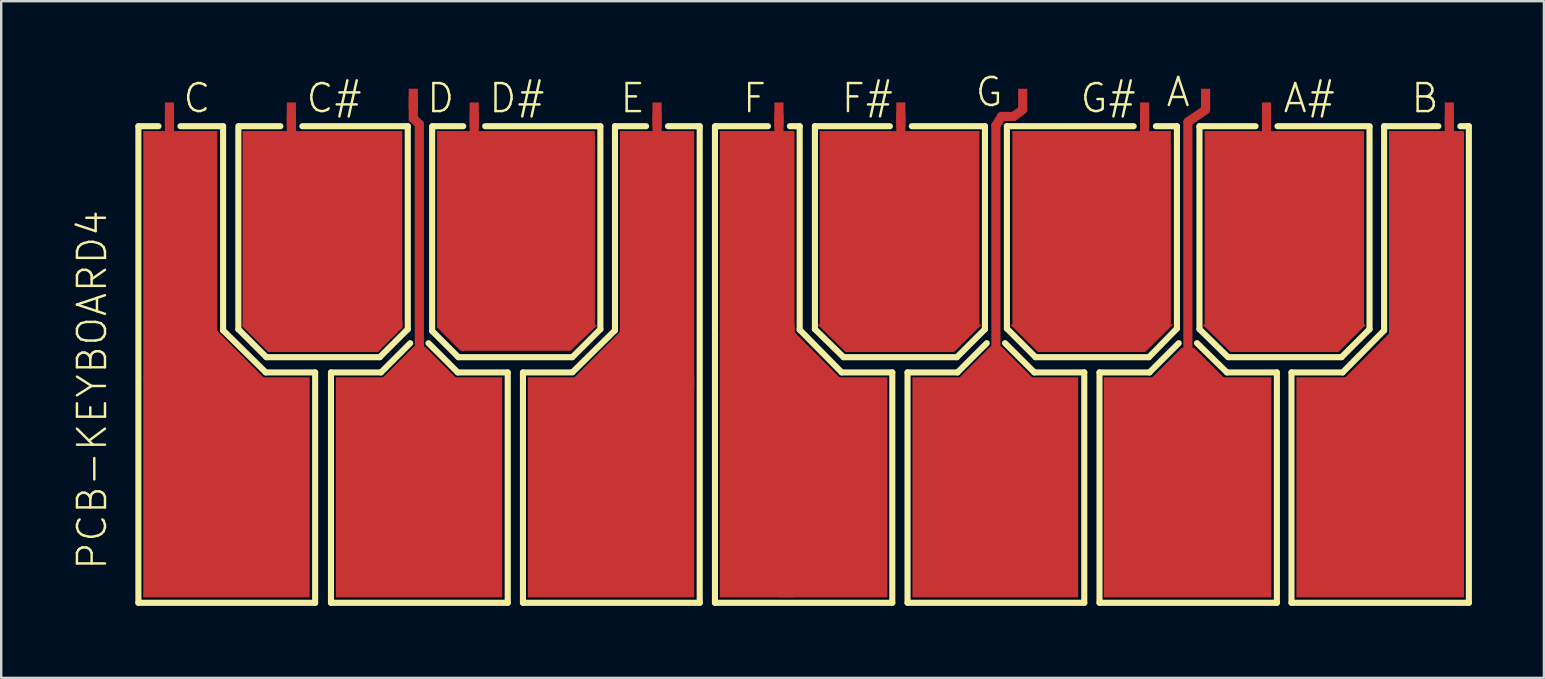
<source format=kicad_pcb>
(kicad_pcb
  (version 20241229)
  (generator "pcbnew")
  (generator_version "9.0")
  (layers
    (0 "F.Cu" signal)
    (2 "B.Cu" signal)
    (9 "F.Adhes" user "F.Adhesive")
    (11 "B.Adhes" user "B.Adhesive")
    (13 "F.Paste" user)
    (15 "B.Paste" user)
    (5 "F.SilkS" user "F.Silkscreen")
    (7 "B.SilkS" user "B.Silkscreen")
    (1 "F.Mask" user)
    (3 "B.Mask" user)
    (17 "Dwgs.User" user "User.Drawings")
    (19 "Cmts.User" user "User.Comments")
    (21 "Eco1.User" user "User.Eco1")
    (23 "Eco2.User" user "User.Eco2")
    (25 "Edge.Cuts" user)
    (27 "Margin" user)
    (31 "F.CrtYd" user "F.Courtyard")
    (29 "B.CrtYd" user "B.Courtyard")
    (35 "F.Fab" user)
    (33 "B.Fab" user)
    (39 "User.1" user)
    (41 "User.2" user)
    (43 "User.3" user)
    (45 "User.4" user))
  (footprint "PCB-KEYBOARD4"
    (layer "F.Cu")
    (at 34.493 11.887)
    (property "Reference" "PCB-KEYBOARD4" (at -33.02 8.89 90) (unlocked yes) (layer "F.SilkS") (effects (font (size 1.168 1.168) (thickness 0.102)) (justify left bottom)))
    (fp_line (start -30.48 -10.16) (end -30.48 -8.89) (stroke (width 0.381) (type solid)) (layer "F.Cu"))
    (fp_line (start -25.4 -10.16) (end -25.4 -8.89) (stroke (width 0.381) (type solid)) (layer "F.Cu"))
    (fp_line (start -20.32 -10.008) (end -20.32 -10.871) (stroke (width 0.381) (type solid)) (layer "F.Cu"))
    (fp_line (start -20.066 -9.754) (end -20.32 -10.008) (stroke (width 0.381) (type solid)) (layer "F.Cu"))
    (fp_line (start -20.066 -0.533) (end -20.066 -9.754) (stroke (width 0.381) (type solid)) (layer "F.Cu"))
    (fp_line (start -17.78 -10.16) (end -17.78 -8.89) (stroke (width 0.381) (type solid)) (layer "F.Cu"))
    (fp_line (start -10.16 -10.16) (end -10.16 -8.89) (stroke (width 0.381) (type solid)) (layer "F.Cu"))
    (fp_line (start -5.08 -10.16) (end -5.08 -8.89) (stroke (width 0.381) (type solid)) (layer "F.Cu"))
    (fp_line (start 0 -10.16) (end 0 -8.89) (stroke (width 0.381) (type solid)) (layer "F.Cu"))
    (fp_line (start 3.962 -9.703) (end 4.191 -10.084) (stroke (width 0.381) (type solid)) (layer "F.Cu"))
    (fp_line (start 3.962 -0.508) (end 3.962 -9.703) (stroke (width 0.381) (type solid)) (layer "F.Cu"))
    (fp_line (start 4.191 -10.084) (end 4.699 -10.084) (stroke (width 0.381) (type solid)) (layer "F.Cu"))
    (fp_line (start 4.699 -10.084) (end 5.08 -10.363) (stroke (width 0.381) (type solid)) (layer "F.Cu"))
    (fp_line (start 10.16 -10.16) (end 10.16 -8.89) (stroke (width 0.381) (type solid)) (layer "F.Cu"))
    (fp_line (start 11.963 -9.855) (end 12.7 -10.363) (stroke (width 0.381) (type solid)) (layer "F.Cu"))
    (fp_line (start 11.963 -0.483) (end 11.963 -9.855) (stroke (width 0.381) (type solid)) (layer "F.Cu"))
    (fp_line (start 15.24 -10.16) (end 15.24 -8.89) (stroke (width 0.381) (type solid)) (layer "F.Cu"))
    (fp_line (start 22.86 -10.16) (end 22.86 -8.89) (stroke (width 0.381) (type solid)) (layer "F.Cu"))
    (fp_poly (pts (xy -26.39 0.953) (xy -28.639 0.953) (xy -28.639 -1.296)) (stroke (width 0) (type default)) (fill yes) (layer "F.Cu"))
    (fp_poly (pts (xy -11.595 1.029) (xy -13.844 1.029) (xy -11.595 -1.22)) (stroke (width 0) (type default)) (fill yes) (layer "F.Cu"))
    (fp_poly (pts (xy 20.485 0.927) (xy 18.389 0.927) (xy 20.485 -1.169)) (stroke (width 0) (type default)) (fill yes) (layer "F.Cu"))
    (fp_poly (pts (xy -31.572 0.864) (xy -28.486 0.864) (xy -28.486 -9.474) (xy -31.572 -9.474)) (stroke (width 0) (type default)) (fill yes) (layer "F.Cu"))
    (fp_poly (pts (xy -31.572 9.957) (xy -24.638 9.957) (xy -24.638 0.787) (xy -31.572 0.787)) (stroke (width 0) (type default)) (fill yes) (layer "F.Cu"))
    (fp_poly (pts (xy -27.432 -1.321) (xy -20.777 -1.321) (xy -20.777 -9.474) (xy -27.432 -9.474)) (stroke (width 0) (type default)) (fill yes) (layer "F.Cu"))
    (fp_poly (pts (xy -23.546 9.957) (xy -16.612 9.957) (xy -16.612 0.787) (xy -23.546 0.787)) (stroke (width 0) (type default)) (fill yes) (layer "F.Cu"))
    (fp_poly (pts (xy -19.327 -1.295) (xy -12.751 -1.295) (xy -12.751 -9.474) (xy -19.327 -9.474)) (stroke (width 0) (type default)) (fill yes) (layer "F.Cu"))
    (fp_poly (pts (xy -18.428 0.978) (xy -22.162 0.978) (xy -22.162 0.851) (xy -18.428 0.851)) (stroke (width 0) (type default)) (fill yes) (layer "F.Cu"))
    (fp_poly (pts (xy -18.363 0.978) (xy -21.769 0.978) (xy -20.296 -0.495) (xy -19.836 -0.495)) (stroke (width 0) (type default)) (fill yes) (layer "F.Cu"))
    (fp_poly (pts (xy -15.545 9.957) (xy -8.611 9.957) (xy -8.611 0.787) (xy -15.545 0.787)) (stroke (width 0) (type default)) (fill yes) (layer "F.Cu"))
    (fp_poly (pts (xy -11.709 1.295) (xy -8.611 1.295) (xy -8.611 -9.474) (xy -11.709 -9.474)) (stroke (width 0) (type default)) (fill yes) (layer "F.Cu"))
    (fp_poly (pts (xy -11.595 0.953) (xy -11.722 0.953) (xy -11.722 -1.156) (xy -11.595 -1.156)) (stroke (width 0) (type default)) (fill yes) (layer "F.Cu"))
    (fp_poly (pts (xy -7.544 -0.94) (xy -4.432 -0.94) (xy -4.432 -9.474) (xy -7.544 -9.474)) (stroke (width 0) (type default)) (fill yes) (layer "F.Cu"))
    (fp_poly (pts (xy -7.544 9.957) (xy -4.445 9.957) (xy -4.445 -1.016) (xy -7.544 -1.016)) (stroke (width 0) (type default)) (fill yes) (layer "F.Cu"))
    (fp_poly (pts (xy -5.105 9.957) (xy -0.559 9.957) (xy -0.559 0.787) (xy -5.105 0.787)) (stroke (width 0) (type default)) (fill yes) (layer "F.Cu"))
    (fp_poly (pts (xy -4.432 1.029) (xy -4.559 1.029) (xy -4.559 -1.435) (xy -4.432 -1.435)) (stroke (width 0) (type default)) (fill yes) (layer "F.Cu"))
    (fp_poly (pts (xy -3.378 -1.321) (xy 3.277 -1.321) (xy 3.277 -9.474) (xy -3.378 -9.474)) (stroke (width 0) (type default)) (fill yes) (layer "F.Cu"))
    (fp_poly (pts (xy -2.412 0.927) (xy -4.522 0.927) (xy -4.585 0.865) (xy -4.585 -1.246)) (stroke (width 0) (type default)) (fill yes) (layer "F.Cu"))
    (fp_poly (pts (xy 0.483 9.957) (xy 7.391 9.957) (xy 7.391 0.787) (xy 0.483 0.787)) (stroke (width 0) (type default)) (fill yes) (layer "F.Cu"))
    (fp_poly (pts (xy 3.368 -1.41) (xy 2.223 -0.267) (xy -2.302 -0.267) (xy -3.471 -1.415)) (stroke (width 0) (type default)) (fill yes) (layer "F.Cu"))
    (fp_poly (pts (xy 4.648 -1.321) (xy 11.252 -1.321) (xy 11.252 -9.474) (xy 4.648 -9.474)) (stroke (width 0) (type default)) (fill yes) (layer "F.Cu"))
    (fp_poly (pts (xy 5.563 0.953) (xy 2.045 0.953) (xy 2.045 0.826) (xy 5.563 0.826)) (stroke (width 0) (type default)) (fill yes) (layer "F.Cu"))
    (fp_poly (pts (xy 5.665 0.978) (xy 2.26 0.978) (xy 3.758 -0.521) (xy 4.167 -0.521)) (stroke (width 0) (type default)) (fill yes) (layer "F.Cu"))
    (fp_poly (pts (xy 8.458 9.957) (xy 15.443 9.957) (xy 15.443 0.787) (xy 8.458 0.787)) (stroke (width 0) (type default)) (fill yes) (layer "F.Cu"))
    (fp_poly (pts (xy 10.186 -0.267) (xy 5.714 -0.267) (xy 4.557 -1.409) (xy 11.346 -1.42)) (stroke (width 0) (type default)) (fill yes) (layer "F.Cu"))
    (fp_poly (pts (xy 12.662 -1.321) (xy 19.304 -1.321) (xy 19.304 -9.474) (xy 12.662 -9.474)) (stroke (width 0) (type default)) (fill yes) (layer "F.Cu"))
    (fp_poly (pts (xy 13.59 0.927) (xy 10.337 0.927) (xy 11.708 -0.445) (xy 12.218 -0.445)) (stroke (width 0) (type default)) (fill yes) (layer "F.Cu"))
    (fp_poly (pts (xy 13.602 0.978) (xy 9.893 0.978) (xy 9.893 0.851) (xy 13.602 0.851)) (stroke (width 0) (type default)) (fill yes) (layer "F.Cu"))
    (fp_poly (pts (xy 16.485 9.957) (xy 23.47 9.957) (xy 23.47 0.787) (xy 16.485 0.787)) (stroke (width 0) (type default)) (fill yes) (layer "F.Cu"))
    (fp_poly (pts (xy 18.238 -0.267) (xy 13.741 -0.267) (xy 12.569 -1.41) (xy 19.395 -1.41)) (stroke (width 0) (type default)) (fill yes) (layer "F.Cu"))
    (fp_poly (pts (xy 20.345 1.778) (xy 23.47 1.778) (xy 23.47 -9.474) (xy 20.345 -9.474)) (stroke (width 0) (type default)) (fill yes) (layer "F.Cu"))
    (fp_poly (pts (xy 20.448 0.978) (xy 17.945 0.978) (xy 17.945 0.852) (xy 20.602 0.824)) (stroke (width 0) (type default)) (fill yes) (layer "F.Cu"))
    (fp_poly (pts (xy -12.652 -1.383) (xy -13.767 -0.318) (xy -18.352 -0.318) (xy -19.336 -1.301) (xy -19.303 -1.435)) (stroke (width 0) (type default)) (fill yes) (layer "F.Cu"))
    (fp_poly (pts (xy -20.765 -1.294) (xy -21.792 -0.267) (xy -26.366 -0.267) (xy -27.434 -1.322) (xy -27.414 -1.562) (xy -20.765 -1.562)) (stroke (width 0) (type default)) (fill yes) (layer "F.Cu"))
    (fp_line (start -30.48 -10.16) (end -30.48 -8.89) (stroke (width 0.432) (type solid)) (layer "F.Mask"))
    (fp_line (start -25.4 -10.16) (end -25.4 -8.89) (stroke (width 0.432) (type solid)) (layer "F.Mask"))
    (fp_line (start -20.32 -10.008) (end -20.32 -10.871) (stroke (width 0.432) (type solid)) (layer "F.Mask"))
    (fp_line (start -20.071 -9.754) (end -20.32 -10.008) (stroke (width 0.432) (type solid)) (layer "F.Mask"))
    (fp_line (start -20.071 -0.533) (end -20.071 -9.754) (stroke (width 0.406) (type solid)) (layer "F.Mask"))
    (fp_line (start -17.78 -10.16) (end -17.78 -8.89) (stroke (width 0.432) (type solid)) (layer "F.Mask"))
    (fp_line (start -10.16 -10.16) (end -10.16 -8.89) (stroke (width 0.432) (type solid)) (layer "F.Mask"))
    (fp_line (start -5.08 -10.16) (end -5.08 -8.89) (stroke (width 0.432) (type solid)) (layer "F.Mask"))
    (fp_line (start 0 -10.16) (end 0 -8.89) (stroke (width 0.432) (type solid)) (layer "F.Mask"))
    (fp_line (start 3.962 -9.703) (end 4.204 -10.084) (stroke (width 0.432) (type solid)) (layer "F.Mask"))
    (fp_line (start 3.962 -0.508) (end 3.962 -9.703) (stroke (width 0.432) (type solid)) (layer "F.Mask"))
    (fp_line (start 4.191 -10.084) (end 4.204 -10.084) (stroke (width 0.381) (type solid)) (layer "F.Mask"))
    (fp_line (start 4.204 -10.084) (end 4.699 -10.084) (stroke (width 0.432) (type solid)) (layer "F.Mask"))
    (fp_line (start 4.699 -10.084) (end 5.08 -10.363) (stroke (width 0.432) (type solid)) (layer "F.Mask"))
    (fp_line (start 10.16 -10.16) (end 10.16 -8.89) (stroke (width 0.432) (type solid)) (layer "F.Mask"))
    (fp_line (start 11.951 -9.83) (end 12.675 -10.338) (stroke (width 0.432) (type solid)) (layer "F.Mask"))
    (fp_line (start 11.951 -0.483) (end 11.951 -9.83) (stroke (width 0.432) (type solid)) (layer "F.Mask"))
    (fp_line (start 15.24 -10.16) (end 15.24 -8.89) (stroke (width 0.432) (type solid)) (layer "F.Mask"))
    (fp_line (start 22.86 -10.16) (end 22.86 -8.89) (stroke (width 0.432) (type solid)) (layer "F.Mask"))
    (fp_poly (pts (xy -26.415 0.902) (xy -28.639 0.902) (xy -28.639 -1.322)) (stroke (width 0) (type default)) (fill yes) (layer "F.Mask"))
    (fp_poly (pts (xy -11.57 0.927) (xy -13.768 0.927) (xy -11.57 -1.271)) (stroke (width 0) (type default)) (fill yes) (layer "F.Mask"))
    (fp_poly (pts (xy -2.387 0.927) (xy -4.559 0.927) (xy -4.559 -1.246)) (stroke (width 0) (type default)) (fill yes) (layer "F.Mask"))
    (fp_poly (pts (xy 20.46 0.927) (xy 18.363 0.927) (xy 20.46 -1.169)) (stroke (width 0) (type default)) (fill yes) (layer "F.Mask"))
    (fp_poly (pts (xy -31.598 0.864) (xy -28.461 0.864) (xy -28.461 -9.5) (xy -31.598 -9.5)) (stroke (width 0) (type default)) (fill yes) (layer "F.Mask"))
    (fp_poly (pts (xy -31.598 9.982) (xy -24.613 9.982) (xy -24.613 0.762) (xy -31.598 0.762)) (stroke (width 0) (type default)) (fill yes) (layer "F.Mask"))
    (fp_poly (pts (xy -27.457 -1.321) (xy -20.752 -1.321) (xy -20.752 -9.5) (xy -27.457 -9.5)) (stroke (width 0) (type default)) (fill yes) (layer "F.Mask"))
    (fp_poly (pts (xy -23.571 9.982) (xy -16.586 9.982) (xy -16.586 0.762) (xy -23.571 0.762)) (stroke (width 0) (type default)) (fill yes) (layer "F.Mask"))
    (fp_poly (pts (xy -19.355 -1.295) (xy -12.725 -1.295) (xy -12.725 -9.5) (xy -19.355 -9.5)) (stroke (width 0) (type default)) (fill yes) (layer "F.Mask"))
    (fp_poly (pts (xy -15.57 9.982) (xy -8.585 9.982) (xy -8.585 0.762) (xy -15.57 0.762)) (stroke (width 0) (type default)) (fill yes) (layer "F.Mask"))
    (fp_poly (pts (xy -11.735 0.864) (xy -8.585 0.864) (xy -8.585 -9.5) (xy -11.735 -9.5)) (stroke (width 0) (type default)) (fill yes) (layer "F.Mask"))
    (fp_poly (pts (xy -7.569 0.864) (xy -4.42 0.864) (xy -4.42 -9.5) (xy -7.569 -9.5)) (stroke (width 0) (type default)) (fill yes) (layer "F.Mask"))
    (fp_poly (pts (xy -7.569 9.982) (xy -0.533 9.982) (xy -0.533 0.762) (xy -7.569 0.762)) (stroke (width 0) (type default)) (fill yes) (layer "F.Mask"))
    (fp_poly (pts (xy -3.404 -1.321) (xy 3.302 -1.321) (xy 3.302 -9.5) (xy -3.404 -9.5)) (stroke (width 0) (type default)) (fill yes) (layer "F.Mask"))
    (fp_poly (pts (xy 0.457 9.982) (xy 7.417 9.982) (xy 7.417 0.762) (xy 0.457 0.762)) (stroke (width 0) (type default)) (fill yes) (layer "F.Mask"))
    (fp_poly (pts (xy 4.623 -1.321) (xy 11.278 -1.321) (xy 11.278 -9.5) (xy 4.623 -9.5)) (stroke (width 0) (type default)) (fill yes) (layer "F.Mask"))
    (fp_poly (pts (xy 5.64 0.927) (xy 2.285 0.927) (xy 3.707 -0.495) (xy 4.217 -0.495)) (stroke (width 0) (type default)) (fill yes) (layer "F.Mask"))
    (fp_poly (pts (xy 8.433 9.982) (xy 15.469 9.982) (xy 15.469 0.762) (xy 8.433 0.762)) (stroke (width 0) (type default)) (fill yes) (layer "F.Mask"))
    (fp_poly (pts (xy 10.186 -0.241) (xy 5.714 -0.241) (xy 4.52 -1.435) (xy 11.38 -1.435)) (stroke (width 0) (type default)) (fill yes) (layer "F.Mask"))
    (fp_poly (pts (xy 12.636 -1.321) (xy 19.329 -1.321) (xy 19.329 -9.5) (xy 12.636 -9.5)) (stroke (width 0) (type default)) (fill yes) (layer "F.Mask"))
    (fp_poly (pts (xy 13.615 0.927) (xy 10.311 0.927) (xy 11.708 -0.47) (xy 12.218 -0.47)) (stroke (width 0) (type default)) (fill yes) (layer "F.Mask"))
    (fp_poly (pts (xy 16.459 9.982) (xy 23.495 9.982) (xy 23.495 0.762) (xy 16.459 0.762)) (stroke (width 0) (type default)) (fill yes) (layer "F.Mask"))
    (fp_poly (pts (xy 18.238 -0.241) (xy 13.741 -0.241) (xy 12.533 -1.435) (xy 19.432 -1.435)) (stroke (width 0) (type default)) (fill yes) (layer "F.Mask"))
    (fp_poly (pts (xy 20.32 0.864) (xy 23.495 0.864) (xy 23.495 -9.5) (xy 20.32 -9.5)) (stroke (width 0) (type default)) (fill yes) (layer "F.Mask"))
    (fp_poly (pts (xy -20.713 -1.334) (xy -21.805 -0.241) (xy -26.366 -0.241) (xy -27.547 -1.422) (xy -20.763 -1.435)) (stroke (width 0) (type default)) (fill yes) (layer "F.Mask"))
    (fp_poly (pts (xy -18.389 0.927) (xy -21.628 0.927) (xy -21.628 0.812) (xy -20.296 -0.521) (xy -19.836 -0.521)) (stroke (width 0) (type default)) (fill yes) (layer "F.Mask"))
    (fp_poly (pts (xy 2.211 -0.241) (xy -2.312 -0.241) (xy -3.404 -1.32) (xy -3.404 -1.435) (xy 3.405 -1.435)) (stroke (width 0) (type default)) (fill yes) (layer "F.Mask"))
    (fp_poly (pts (xy -12.686 -1.346) (xy -13.753 -0.292) (xy -18.352 -0.292) (xy -19.394 -1.334) (xy -19.343 -1.435) (xy -12.775 -1.435)) (stroke (width 0) (type default)) (fill yes) (layer "F.Mask"))
    (fp_line (start -31.775 -9.677) (end -31.775 10.185) (stroke (width 0.254) (type solid)) (layer "F.SilkS"))
    (fp_line (start -31.775 -9.677) (end -30.937 -9.677) (stroke (width 0.254) (type solid)) (layer "F.SilkS"))
    (fp_line (start -31.775 10.185) (end -24.409 10.185) (stroke (width 0.254) (type solid)) (layer "F.SilkS"))
    (fp_line (start -28.245 -9.677) (end -30.023 -9.677) (stroke (width 0.254) (type solid)) (layer "F.SilkS"))
    (fp_line (start -28.245 -1.168) (end -28.245 -9.677) (stroke (width 0.254) (type solid)) (layer "F.SilkS"))
    (fp_line (start -27.61 -9.677) (end -27.61 -1.219) (stroke (width 0.254) (type solid)) (layer "F.SilkS"))
    (fp_line (start -27.61 -1.219) (end -26.441 -0.051) (stroke (width 0.254) (type solid)) (layer "F.SilkS"))
    (fp_line (start -27.584 -9.677) (end -25.857 -9.677) (stroke (width 0.254) (type solid)) (layer "F.SilkS"))
    (fp_line (start -26.467 0.584) (end -28.245 -1.168) (stroke (width 0.254) (type solid)) (layer "F.SilkS"))
    (fp_line (start -26.441 -0.051) (end -21.717 -0.051) (stroke (width 0.254) (type solid)) (layer "F.SilkS"))
    (fp_line (start -24.409 0.584) (end -26.467 0.584) (stroke (width 0.254) (type solid)) (layer "F.SilkS"))
    (fp_line (start -24.409 10.185) (end -24.409 0.584) (stroke (width 0.254) (type solid)) (layer "F.SilkS"))
    (fp_line (start -23.749 0.584) (end -23.749 10.185) (stroke (width 0.254) (type solid)) (layer "F.SilkS"))
    (fp_line (start -23.749 0.584) (end -21.666 0.584) (stroke (width 0.254) (type solid)) (layer "F.SilkS"))
    (fp_line (start -23.749 10.185) (end -16.383 10.185) (stroke (width 0.254) (type solid)) (layer "F.SilkS"))
    (fp_line (start -21.717 -0.051) (end -20.549 -1.219) (stroke (width 0.254) (type solid)) (layer "F.SilkS"))
    (fp_line (start -21.666 0.584) (end -20.447 -0.635) (stroke (width 0.254) (type solid)) (layer "F.SilkS"))
    (fp_line (start -20.549 -9.677) (end -24.943 -9.677) (stroke (width 0.254) (type solid)) (layer "F.SilkS"))
    (fp_line (start -20.549 -1.219) (end -20.549 -9.677) (stroke (width 0.254) (type solid)) (layer "F.SilkS"))
    (fp_line (start -19.533 -9.677) (end -19.533 -1.143) (stroke (width 0.254) (type solid)) (layer "F.SilkS"))
    (fp_line (start -19.533 -1.143) (end -18.44 -0.051) (stroke (width 0.254) (type solid)) (layer "F.SilkS"))
    (fp_line (start -19.507 -9.677) (end -18.237 -9.677) (stroke (width 0.254) (type solid)) (layer "F.SilkS"))
    (fp_line (start -18.466 0.584) (end -19.685 -0.635) (stroke (width 0.254) (type solid)) (layer "F.SilkS"))
    (fp_line (start -18.44 -0.051) (end -13.691 -0.051) (stroke (width 0.254) (type solid)) (layer "F.SilkS"))
    (fp_line (start -16.383 0.584) (end -18.466 0.584) (stroke (width 0.254) (type solid)) (layer "F.SilkS"))
    (fp_line (start -16.383 10.185) (end -16.383 0.584) (stroke (width 0.254) (type solid)) (layer "F.SilkS"))
    (fp_line (start -15.748 0.584) (end -15.748 10.185) (stroke (width 0.254) (type solid)) (layer "F.SilkS"))
    (fp_line (start -15.748 10.185) (end -8.382 10.185) (stroke (width 0.254) (type solid)) (layer "F.SilkS"))
    (fp_line (start -13.691 -0.051) (end -12.522 -1.219) (stroke (width 0.254) (type solid)) (layer "F.SilkS"))
    (fp_line (start -13.691 0.584) (end -15.748 0.584) (stroke (width 0.254) (type solid)) (layer "F.SilkS"))
    (fp_line (start -12.522 -9.677) (end -17.323 -9.677) (stroke (width 0.254) (type solid)) (layer "F.SilkS"))
    (fp_line (start -12.522 -1.219) (end -12.522 -9.677) (stroke (width 0.254) (type solid)) (layer "F.SilkS"))
    (fp_line (start -11.913 -9.677) (end -11.913 -1.168) (stroke (width 0.254) (type solid)) (layer "F.SilkS"))
    (fp_line (start -11.913 -9.677) (end -10.617 -9.677) (stroke (width 0.254) (type solid)) (layer "F.SilkS"))
    (fp_line (start -11.913 -1.168) (end -13.665 0.559) (stroke (width 0.254) (type solid)) (layer "F.SilkS"))
    (fp_line (start -8.382 -9.677) (end -9.703 -9.677) (stroke (width 0.254) (type solid)) (layer "F.SilkS"))
    (fp_line (start -8.382 10.185) (end -8.382 -9.677) (stroke (width 0.254) (type solid)) (layer "F.SilkS"))
    (fp_line (start -7.747 10.185) (end -7.747 -9.677) (stroke (width 0.254) (type solid)) (layer "F.SilkS"))
    (fp_line (start -7.747 10.185) (end -0.356 10.185) (stroke (width 0.254) (type solid)) (layer "F.SilkS"))
    (fp_line (start -7.722 -9.677) (end -5.537 -9.677) (stroke (width 0.254) (type solid)) (layer "F.SilkS"))
    (fp_line (start -4.216 -9.677) (end -4.623 -9.677) (stroke (width 0.254) (type solid)) (layer "F.SilkS"))
    (fp_line (start -4.216 -1.194) (end -4.216 -9.677) (stroke (width 0.254) (type solid)) (layer "F.SilkS"))
    (fp_line (start -3.581 -9.677) (end -3.581 -1.219) (stroke (width 0.254) (type solid)) (layer "F.SilkS"))
    (fp_line (start -3.581 -9.677) (end -0.457 -9.677) (stroke (width 0.254) (type solid)) (layer "F.SilkS"))
    (fp_line (start -3.581 -1.219) (end -2.388 -0.051) (stroke (width 0.254) (type solid)) (layer "F.SilkS"))
    (fp_line (start -2.464 0.584) (end -4.216 -1.194) (stroke (width 0.254) (type solid)) (layer "F.SilkS"))
    (fp_line (start -2.388 -0.051) (end 2.337 -0.051) (stroke (width 0.254) (type solid)) (layer "F.SilkS"))
    (fp_line (start -0.356 0.584) (end -2.464 0.584) (stroke (width 0.254) (type solid)) (layer "F.SilkS"))
    (fp_line (start -0.356 10.185) (end -0.356 0.584) (stroke (width 0.254) (type solid)) (layer "F.SilkS"))
    (fp_line (start 0.279 0.584) (end 0.279 10.185) (stroke (width 0.254) (type solid)) (layer "F.SilkS"))
    (fp_line (start 0.279 0.584) (end 2.362 0.584) (stroke (width 0.254) (type solid)) (layer "F.SilkS"))
    (fp_line (start 0.279 10.185) (end 7.645 10.185) (stroke (width 0.254) (type solid)) (layer "F.SilkS"))
    (fp_line (start 2.337 -0.051) (end 3.505 -1.219) (stroke (width 0.254) (type solid)) (layer "F.SilkS"))
    (fp_line (start 2.362 0.584) (end 3.581 -0.635) (stroke (width 0.254) (type solid)) (layer "F.SilkS"))
    (fp_line (start 3.505 -9.677) (end 0.457 -9.677) (stroke (width 0.254) (type solid)) (layer "F.SilkS"))
    (fp_line (start 3.505 -1.219) (end 3.505 -9.677) (stroke (width 0.254) (type solid)) (layer "F.SilkS"))
    (fp_line (start 4.42 -9.677) (end 4.42 -1.245) (stroke (width 0.254) (type solid)) (layer "F.SilkS"))
    (fp_line (start 4.42 -9.677) (end 9.703 -9.677) (stroke (width 0.254) (type solid)) (layer "F.SilkS"))
    (fp_line (start 4.42 -1.245) (end 5.613 -0.051) (stroke (width 0.254) (type solid)) (layer "F.SilkS"))
    (fp_line (start 5.563 0.584) (end 4.343 -0.635) (stroke (width 0.254) (type solid)) (layer "F.SilkS"))
    (fp_line (start 5.613 -0.051) (end 10.338 -0.051) (stroke (width 0.254) (type solid)) (layer "F.SilkS"))
    (fp_line (start 7.645 0.584) (end 5.563 0.584) (stroke (width 0.254) (type solid)) (layer "F.SilkS"))
    (fp_line (start 7.645 10.185) (end 7.645 0.584) (stroke (width 0.254) (type solid)) (layer "F.SilkS"))
    (fp_line (start 8.28 0.584) (end 8.28 10.185) (stroke (width 0.254) (type solid)) (layer "F.SilkS"))
    (fp_line (start 8.28 0.584) (end 10.363 0.584) (stroke (width 0.254) (type solid)) (layer "F.SilkS"))
    (fp_line (start 8.28 10.185) (end 15.672 10.185) (stroke (width 0.254) (type solid)) (layer "F.SilkS"))
    (fp_line (start 10.338 -0.051) (end 11.506 -1.245) (stroke (width 0.254) (type solid)) (layer "F.SilkS"))
    (fp_line (start 10.363 0.584) (end 11.582 -0.635) (stroke (width 0.254) (type solid)) (layer "F.SilkS"))
    (fp_line (start 11.506 -9.677) (end 10.63 -9.677) (stroke (width 0.254) (type solid)) (layer "F.SilkS"))
    (fp_line (start 11.506 -1.245) (end 11.506 -9.677) (stroke (width 0.254) (type solid)) (layer "F.SilkS"))
    (fp_line (start 12.446 -9.677) (end 12.446 -1.219) (stroke (width 0.254) (type solid)) (layer "F.SilkS"))
    (fp_line (start 12.446 -9.677) (end 14.783 -9.677) (stroke (width 0.254) (type solid)) (layer "F.SilkS"))
    (fp_line (start 12.446 -1.219) (end 13.64 -0.051) (stroke (width 0.254) (type solid)) (layer "F.SilkS"))
    (fp_line (start 13.589 0.584) (end 12.344 -0.635) (stroke (width 0.254) (type solid)) (layer "F.SilkS"))
    (fp_line (start 13.665 -0.051) (end 18.364 -0.051) (stroke (width 0.254) (type solid)) (layer "F.SilkS"))
    (fp_line (start 15.672 0.584) (end 13.589 0.584) (stroke (width 0.254) (type solid)) (layer "F.SilkS"))
    (fp_line (start 15.672 10.185) (end 15.672 0.584) (stroke (width 0.254) (type solid)) (layer "F.SilkS"))
    (fp_line (start 16.281 0.584) (end 16.281 10.185) (stroke (width 0.254) (type solid)) (layer "F.SilkS"))
    (fp_line (start 16.281 10.185) (end 23.673 10.185) (stroke (width 0.254) (type solid)) (layer "F.SilkS"))
    (fp_line (start 18.364 -0.051) (end 19.533 -1.219) (stroke (width 0.254) (type solid)) (layer "F.SilkS"))
    (fp_line (start 18.415 0.584) (end 16.281 0.584) (stroke (width 0.254) (type solid)) (layer "F.SilkS"))
    (fp_line (start 19.533 -9.677) (end 15.697 -9.677) (stroke (width 0.254) (type solid)) (layer "F.SilkS"))
    (fp_line (start 19.533 -1.219) (end 19.533 -9.652) (stroke (width 0.254) (type solid)) (layer "F.SilkS"))
    (fp_line (start 20.142 -9.677) (end 20.142 -1.168) (stroke (width 0.254) (type solid)) (layer "F.SilkS"))
    (fp_line (start 20.142 -9.677) (end 22.403 -9.677) (stroke (width 0.254) (type solid)) (layer "F.SilkS"))
    (fp_line (start 20.142 -1.168) (end 18.415 0.584) (stroke (width 0.254) (type solid)) (layer "F.SilkS"))
    (fp_line (start 23.673 -9.677) (end 23.317 -9.677) (stroke (width 0.254) (type solid)) (layer "F.SilkS"))
    (fp_line (start 23.673 10.185) (end 23.673 -9.677) (stroke (width 0.254) (type solid)) (layer "F.SilkS"))
    (fp_text user "F#" (at -1.397 -10.16 0) (unlocked yes) (layer "F.SilkS") (effects (font (size 1.168 1.168) (thickness 0.102)) (justify bottom)))
    (fp_text user "E" (at -11.176 -10.16 0) (unlocked yes) (layer "F.SilkS") (effects (font (size 1.168 1.168) (thickness 0.102)) (justify bottom)))
    (fp_text user "A" (at 11.557 -10.414 0) (unlocked yes) (layer "F.SilkS") (effects (font (size 1.168 1.168) (thickness 0.102)) (justify bottom)))
    (fp_text user "F" (at -6.096 -10.16 0) (unlocked yes) (layer "F.SilkS") (effects (font (size 1.168 1.168) (thickness 0.102)) (justify bottom)))
    (fp_text user "C" (at -29.337 -10.16 0) (unlocked yes) (layer "F.SilkS") (effects (font (size 1.168 1.168) (thickness 0.102)) (justify bottom)))
    (fp_text user "A#" (at 17.018 -10.16 0) (unlocked yes) (layer "F.SilkS") (effects (font (size 1.168 1.168) (thickness 0.102)) (justify bottom)))
    (fp_text user "G#" (at 8.636 -10.16 0) (unlocked yes) (layer "F.SilkS") (effects (font (size 1.168 1.168) (thickness 0.102)) (justify bottom)))
    (fp_text user "C#" (at -23.622 -10.16 0) (unlocked yes) (layer "F.SilkS") (effects (font (size 1.168 1.168) (thickness 0.102)) (justify bottom)))
    (fp_text user "B" (at 21.844 -10.16 0) (unlocked yes) (layer "F.SilkS") (effects (font (size 1.168 1.168) (thickness 0.102)) (justify bottom)))
    (fp_text user "G" (at 3.683 -10.414 0) (unlocked yes) (layer "F.SilkS") (effects (font (size 1.168 1.168) (thickness 0.102)) (justify bottom)))
    (fp_text user "D" (at -19.177 -10.16 0) (unlocked yes) (layer "F.SilkS") (effects (font (size 1.168 1.168) (thickness 0.102)) (justify bottom)))
    (fp_text user "D#" (at -16.002 -10.16 0) (unlocked yes) (layer "F.SilkS") (effects (font (size 1.168 1.168) (thickness 0.102)) (justify bottom)))
    (pad "A" smd rect (at 12.7 -10.795 180) (size 0.381 0.889) (layers "F.Cu" "F.Mask" "F.Paste"))
    (pad "A#" smd rect (at 15.24 -10.16 180) (size 0.381 1.016) (layers "F.Cu" "F.Mask" "F.Paste"))
    (pad "B" smd rect (at 22.86 -10.16 180) (size 0.381 1.016) (layers "F.Cu" "F.Mask" "F.Paste"))
    (pad "C" smd rect (at -30.48 -10.16 180) (size 0.381 1.016) (layers "F.Cu" "F.Mask" "F.Paste"))
    (pad "C#" smd rect (at -25.4 -10.16 180) (size 0.381 1.016) (layers "F.Cu" "F.Mask" "F.Paste"))
    (pad "D" smd rect (at -20.32 -10.795 180) (size 0.381 0.889) (layers "F.Cu" "F.Mask" "F.Paste"))
    (pad "D#" smd rect (at -17.78 -10.16 180) (size 0.381 1.016) (layers "F.Cu" "F.Mask" "F.Paste"))
    (pad "E" smd rect (at -10.16 -10.16 180) (size 0.381 1.016) (layers "F.Cu" "F.Mask" "F.Paste"))
    (pad "F" smd rect (at -5.08 -10.16 180) (size 0.381 1.016) (layers "F.Cu" "F.Mask" "F.Paste"))
    (pad "F#" smd rect (at 0 -10.16 180) (size 0.381 1.016) (layers "F.Cu" "F.Mask" "F.Paste"))
    (pad "G" smd rect (at 5.08 -10.795 180) (size 0.381 0.889) (layers "F.Cu" "F.Mask" "F.Paste"))
    (pad "G#" smd rect (at 10.16 -10.16 180) (size 0.381 1.016) (layers "F.Cu" "F.Mask" "F.Paste")))
  (gr_rect
    (start -3 -3)
    (end 61.293 25.2)
    (stroke (width 0.1) (type default))
    (fill no)
    (layer "Edge.Cuts")))
</source>
